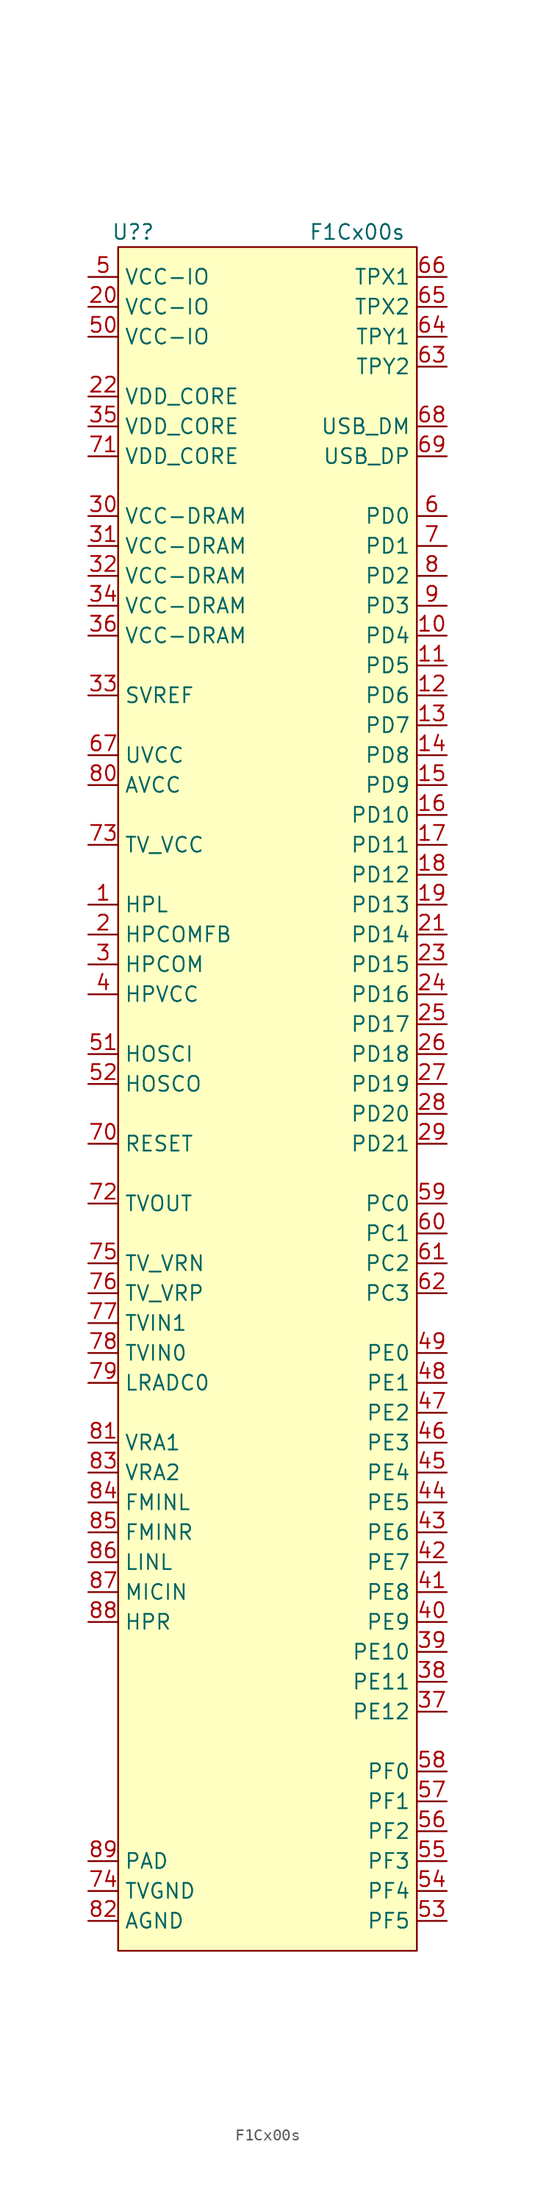
<source format=kicad_sym>
(kicad_symbol_lib
  (version 20231120)
  (generator "kicad_symbol_editor")
  (generator_version "8.0")
  (symbol "F1Cx00s"
    (property "Reference" "U?"
      (at -11.43 80.01 0)
      (effects (font (size 1.27 1.27))))
    (property "Value" "F1Cx00s"
      (at 7.62 80.01 0)
      (effects (font (size 1.27 1.27))))
    (symbol "F1Cx00s_0_0"
      (pin passive line (at -15.24 22.86 0) (length 2.54) (name "HPL" (effects (font (size 1.27 1.27)))) (number "1" (effects (font (size 1.27 1.27)))))
      (pin bidirectional line (at 15.24 45.72 180) (length 2.54) (name "PD4" (effects (font (size 1.27 1.27)))) (number "10" (effects (font (size 1.27 1.27)))))
      (pin bidirectional line (at 15.24 43.18 180) (length 2.54) (name "PD5" (effects (font (size 1.27 1.27)))) (number "11" (effects (font (size 1.27 1.27)))))
      (pin bidirectional line (at 15.24 40.64 180) (length 2.54) (name "PD6" (effects (font (size 1.27 1.27)))) (number "12" (effects (font (size 1.27 1.27)))))
      (pin bidirectional line (at 15.24 38.1 180) (length 2.54) (name "PD7" (effects (font (size 1.27 1.27)))) (number "13" (effects (font (size 1.27 1.27)))))
      (pin bidirectional line (at 15.24 35.56 180) (length 2.54) (name "PD8" (effects (font (size 1.27 1.27)))) (number "14" (effects (font (size 1.27 1.27)))))
      (pin bidirectional line (at 15.24 33.02 180) (length 2.54) (name "PD9" (effects (font (size 1.27 1.27)))) (number "15" (effects (font (size 1.27 1.27)))))
      (pin bidirectional line (at 15.24 30.48 180) (length 2.54) (name "PD10" (effects (font (size 1.27 1.27)))) (number "16" (effects (font (size 1.27 1.27)))))
      (pin bidirectional line (at 15.24 27.94 180) (length 2.54) (name "PD11" (effects (font (size 1.27 1.27)))) (number "17" (effects (font (size 1.27 1.27)))))
      (pin bidirectional line (at 15.24 25.4 180) (length 2.54) (name "PD12" (effects (font (size 1.27 1.27)))) (number "18" (effects (font (size 1.27 1.27)))))
      (pin bidirectional line (at 15.24 22.86 180) (length 2.54) (name "PD13" (effects (font (size 1.27 1.27)))) (number "19" (effects (font (size 1.27 1.27)))))
      (pin passive line (at -15.24 20.32 0) (length 2.54) (name "HPCOMFB" (effects (font (size 1.27 1.27)))) (number "2" (effects (font (size 1.27 1.27)))))
      (pin power_in line (at -15.24 73.66 0) (length 2.54) (name "VCC-IO" (effects (font (size 1.27 1.27)))) (number "20" (effects (font (size 1.27 1.27)))))
      (pin bidirectional line (at 15.24 20.32 180) (length 2.54) (name "PD14" (effects (font (size 1.27 1.27)))) (number "21" (effects (font (size 1.27 1.27)))))
      (pin power_in line (at -15.24 66.04 0) (length 2.54) (name "VDD_CORE" (effects (font (size 1.27 1.27)))) (number "22" (effects (font (size 1.27 1.27)))))
      (pin bidirectional line (at 15.24 17.78 180) (length 2.54) (name "PD15" (effects (font (size 1.27 1.27)))) (number "23" (effects (font (size 1.27 1.27)))))
      (pin bidirectional line (at 15.24 15.24 180) (length 2.54) (name "PD16" (effects (font (size 1.27 1.27)))) (number "24" (effects (font (size 1.27 1.27)))))
      (pin bidirectional line (at 15.24 12.7 180) (length 2.54) (name "PD17" (effects (font (size 1.27 1.27)))) (number "25" (effects (font (size 1.27 1.27)))))
      (pin bidirectional line (at 15.24 10.16 180) (length 2.54) (name "PD18" (effects (font (size 1.27 1.27)))) (number "26" (effects (font (size 1.27 1.27)))))
      (pin bidirectional line (at 15.24 7.62 180) (length 2.54) (name "PD19" (effects (font (size 1.27 1.27)))) (number "27" (effects (font (size 1.27 1.27)))))
      (pin bidirectional line (at 15.24 5.08 180) (length 2.54) (name "PD20" (effects (font (size 1.27 1.27)))) (number "28" (effects (font (size 1.27 1.27)))))
      (pin bidirectional line (at 15.24 2.54 180) (length 2.54) (name "PD21" (effects (font (size 1.27 1.27)))) (number "29" (effects (font (size 1.27 1.27)))))
      (pin passive line (at -15.24 17.78 0) (length 2.54) (name "HPCOM" (effects (font (size 1.27 1.27)))) (number "3" (effects (font (size 1.27 1.27)))))
      (pin power_in line (at -15.24 55.88 0) (length 2.54) (name "VCC-DRAM" (effects (font (size 1.27 1.27)))) (number "30" (effects (font (size 1.27 1.27)))))
      (pin power_in line (at -15.24 53.34 0) (length 2.54) (name "VCC-DRAM" (effects (font (size 1.27 1.27)))) (number "31" (effects (font (size 1.27 1.27)))))
      (pin power_in line (at -15.24 50.8 0) (length 2.54) (name "VCC-DRAM" (effects (font (size 1.27 1.27)))) (number "32" (effects (font (size 1.27 1.27)))))
      (pin power_in line (at -15.24 40.64 0) (length 2.54) (name "SVREF" (effects (font (size 1.27 1.27)))) (number "33" (effects (font (size 1.27 1.27)))))
      (pin power_in line (at -15.24 48.26 0) (length 2.54) (name "VCC-DRAM" (effects (font (size 1.27 1.27)))) (number "34" (effects (font (size 1.27 1.27)))))
      (pin power_in line (at -15.24 63.5 0) (length 2.54) (name "VDD_CORE" (effects (font (size 1.27 1.27)))) (number "35" (effects (font (size 1.27 1.27)))))
      (pin power_in line (at -15.24 45.72 0) (length 2.54) (name "VCC-DRAM" (effects (font (size 1.27 1.27)))) (number "36" (effects (font (size 1.27 1.27)))))
      (pin bidirectional line (at 15.24 -45.72 180) (length 2.54) (name "PE12" (effects (font (size 1.27 1.27)))) (number "37" (effects (font (size 1.27 1.27)))))
      (pin bidirectional line (at 15.24 -43.18 180) (length 2.54) (name "PE11" (effects (font (size 1.27 1.27)))) (number "38" (effects (font (size 1.27 1.27)))))
      (pin bidirectional line (at 15.24 -40.64 180) (length 2.54) (name "PE10" (effects (font (size 1.27 1.27)))) (number "39" (effects (font (size 1.27 1.27)))))
      (pin power_in line (at -15.24 15.24 0) (length 2.54) (name "HPVCC" (effects (font (size 1.27 1.27)))) (number "4" (effects (font (size 1.27 1.27)))))
      (pin bidirectional line (at 15.24 -38.1 180) (length 2.54) (name "PE9" (effects (font (size 1.27 1.27)))) (number "40" (effects (font (size 1.27 1.27)))))
      (pin bidirectional line (at 15.24 -35.56 180) (length 2.54) (name "PE8" (effects (font (size 1.27 1.27)))) (number "41" (effects (font (size 1.27 1.27)))))
      (pin bidirectional line (at 15.24 -33.02 180) (length 2.54) (name "PE7" (effects (font (size 1.27 1.27)))) (number "42" (effects (font (size 1.27 1.27)))))
      (pin bidirectional line (at 15.24 -30.48 180) (length 2.54) (name "PE6" (effects (font (size 1.27 1.27)))) (number "43" (effects (font (size 1.27 1.27)))))
      (pin bidirectional line (at 15.24 -27.94 180) (length 2.54) (name "PE5" (effects (font (size 1.27 1.27)))) (number "44" (effects (font (size 1.27 1.27)))))
      (pin bidirectional line (at 15.24 -25.4 180) (length 2.54) (name "PE4" (effects (font (size 1.27 1.27)))) (number "45" (effects (font (size 1.27 1.27)))))
      (pin bidirectional line (at 15.24 -22.86 180) (length 2.54) (name "PE3" (effects (font (size 1.27 1.27)))) (number "46" (effects (font (size 1.27 1.27)))))
      (pin bidirectional line (at 15.24 -20.32 180) (length 2.54) (name "PE2" (effects (font (size 1.27 1.27)))) (number "47" (effects (font (size 1.27 1.27)))))
      (pin bidirectional line (at 15.24 -17.78 180) (length 2.54) (name "PE1" (effects (font (size 1.27 1.27)))) (number "48" (effects (font (size 1.27 1.27)))))
      (pin bidirectional line (at 15.24 -15.24 180) (length 2.54) (name "PE0" (effects (font (size 1.27 1.27)))) (number "49" (effects (font (size 1.27 1.27)))))
      (pin power_in line (at -15.24 76.2 0) (length 2.54) (name "VCC-IO" (effects (font (size 1.27 1.27)))) (number "5" (effects (font (size 1.27 1.27)))))
      (pin power_in line (at -15.24 71.12 0) (length 2.54) (name "VCC-IO" (effects (font (size 1.27 1.27)))) (number "50" (effects (font (size 1.27 1.27)))))
      (pin passive line (at -15.24 10.16 0) (length 2.54) (name "HOSCI" (effects (font (size 1.27 1.27)))) (number "51" (effects (font (size 1.27 1.27)))))
      (pin passive line (at -15.24 7.62 0) (length 2.54) (name "HOSCO" (effects (font (size 1.27 1.27)))) (number "52" (effects (font (size 1.27 1.27)))))
      (pin bidirectional line (at 15.24 -63.5 180) (length 2.54) (name "PF5" (effects (font (size 1.27 1.27)))) (number "53" (effects (font (size 1.27 1.27)))))
      (pin bidirectional line (at 15.24 -60.96 180) (length 2.54) (name "PF4" (effects (font (size 1.27 1.27)))) (number "54" (effects (font (size 1.27 1.27)))))
      (pin bidirectional line (at 15.24 -58.42 180) (length 2.54) (name "PF3" (effects (font (size 1.27 1.27)))) (number "55" (effects (font (size 1.27 1.27)))))
      (pin bidirectional line (at 15.24 -55.88 180) (length 2.54) (name "PF2" (effects (font (size 1.27 1.27)))) (number "56" (effects (font (size 1.27 1.27)))))
      (pin bidirectional line (at 15.24 -53.34 180) (length 2.54) (name "PF1" (effects (font (size 1.27 1.27)))) (number "57" (effects (font (size 1.27 1.27)))))
      (pin bidirectional line (at 15.24 -50.8 180) (length 2.54) (name "PF0" (effects (font (size 1.27 1.27)))) (number "58" (effects (font (size 1.27 1.27)))))
      (pin bidirectional line (at 15.24 -2.54 180) (length 2.54) (name "PC0" (effects (font (size 1.27 1.27)))) (number "59" (effects (font (size 1.27 1.27)))))
      (pin bidirectional line (at 15.24 55.88 180) (length 2.54) (name "PD0" (effects (font (size 1.27 1.27)))) (number "6" (effects (font (size 1.27 1.27)))))
      (pin bidirectional line (at 15.24 -5.08 180) (length 2.54) (name "PC1" (effects (font (size 1.27 1.27)))) (number "60" (effects (font (size 1.27 1.27)))))
      (pin bidirectional line (at 15.24 -7.62 180) (length 2.54) (name "PC2" (effects (font (size 1.27 1.27)))) (number "61" (effects (font (size 1.27 1.27)))))
      (pin bidirectional line (at 15.24 -10.16 180) (length 2.54) (name "PC3" (effects (font (size 1.27 1.27)))) (number "62" (effects (font (size 1.27 1.27)))))
      (pin passive line (at 15.24 68.58 180) (length 2.54) (name "TPY2" (effects (font (size 1.27 1.27)))) (number "63" (effects (font (size 1.27 1.27)))))
      (pin passive line (at 15.24 71.12 180) (length 2.54) (name "TPY1" (effects (font (size 1.27 1.27)))) (number "64" (effects (font (size 1.27 1.27)))))
      (pin passive line (at 15.24 73.66 180) (length 2.54) (name "TPX2" (effects (font (size 1.27 1.27)))) (number "65" (effects (font (size 1.27 1.27)))))
      (pin passive line (at 15.24 76.2 180) (length 2.54) (name "TPX1" (effects (font (size 1.27 1.27)))) (number "66" (effects (font (size 1.27 1.27)))))
      (pin power_in line (at -15.24 35.56 0) (length 2.54) (name "UVCC" (effects (font (size 1.27 1.27)))) (number "67" (effects (font (size 1.27 1.27)))))
      (pin tri_state line (at 15.24 63.5 180) (length 2.54) (name "USB_DM" (effects (font (size 1.27 1.27)))) (number "68" (effects (font (size 1.27 1.27)))))
      (pin tri_state line (at 15.24 60.96 180) (length 2.54) (name "USB_DP" (effects (font (size 1.27 1.27)))) (number "69" (effects (font (size 1.27 1.27)))))
      (pin bidirectional line (at 15.24 53.34 180) (length 2.54) (name "PD1" (effects (font (size 1.27 1.27)))) (number "7" (effects (font (size 1.27 1.27)))))
      (pin input line (at -15.24 2.54 0) (length 2.54) (name "RESET" (effects (font (size 1.27 1.27)))) (number "70" (effects (font (size 1.27 1.27)))))
      (pin power_in line (at -15.24 60.96 0) (length 2.54) (name "VDD_CORE" (effects (font (size 1.27 1.27)))) (number "71" (effects (font (size 1.27 1.27)))))
      (pin passive line (at -15.24 -2.54 0) (length 2.54) (name "TVOUT" (effects (font (size 1.27 1.27)))) (number "72" (effects (font (size 1.27 1.27)))))
      (pin power_in line (at -15.24 27.94 0) (length 2.54) (name "TV_VCC" (effects (font (size 1.27 1.27)))) (number "73" (effects (font (size 1.27 1.27)))))
      (pin power_in line (at -15.24 -60.96 0) (length 2.54) (name "TVGND" (effects (font (size 1.27 1.27)))) (number "74" (effects (font (size 1.27 1.27)))))
      (pin passive line (at -15.24 -7.62 0) (length 2.54) (name "TV_VRN" (effects (font (size 1.27 1.27)))) (number "75" (effects (font (size 1.27 1.27)))))
      (pin passive line (at -15.24 -10.16 0) (length 2.54) (name "TV_VRP" (effects (font (size 1.27 1.27)))) (number "76" (effects (font (size 1.27 1.27)))))
      (pin passive line (at -15.24 -12.7 0) (length 2.54) (name "TVIN1" (effects (font (size 1.27 1.27)))) (number "77" (effects (font (size 1.27 1.27)))))
      (pin passive line (at -15.24 -15.24 0) (length 2.54) (name "TVIN0" (effects (font (size 1.27 1.27)))) (number "78" (effects (font (size 1.27 1.27)))))
      (pin passive line (at -15.24 -17.78 0) (length 2.54) (name "LRADC0" (effects (font (size 1.27 1.27)))) (number "79" (effects (font (size 1.27 1.27)))))
      (pin bidirectional line (at 15.24 50.8 180) (length 2.54) (name "PD2" (effects (font (size 1.27 1.27)))) (number "8" (effects (font (size 1.27 1.27)))))
      (pin power_in line (at -15.24 33.02 0) (length 2.54) (name "AVCC" (effects (font (size 1.27 1.27)))) (number "80" (effects (font (size 1.27 1.27)))))
      (pin passive line (at -15.24 -22.86 0) (length 2.54) (name "VRA1" (effects (font (size 1.27 1.27)))) (number "81" (effects (font (size 1.27 1.27)))))
      (pin power_in line (at -15.24 -63.5 0) (length 2.54) (name "AGND" (effects (font (size 1.27 1.27)))) (number "82" (effects (font (size 1.27 1.27)))))
      (pin passive line (at -15.24 -25.4 0) (length 2.54) (name "VRA2" (effects (font (size 1.27 1.27)))) (number "83" (effects (font (size 1.27 1.27)))))
      (pin passive line (at -15.24 -27.94 0) (length 2.54) (name "FMINL" (effects (font (size 1.27 1.27)))) (number "84" (effects (font (size 1.27 1.27)))))
      (pin passive line (at -15.24 -30.48 0) (length 2.54) (name "FMINR" (effects (font (size 1.27 1.27)))) (number "85" (effects (font (size 1.27 1.27)))))
      (pin passive line (at -15.24 -33.02 0) (length 2.54) (name "LINL" (effects (font (size 1.27 1.27)))) (number "86" (effects (font (size 1.27 1.27)))))
      (pin passive line (at -15.24 -35.56 0) (length 2.54) (name "MICIN" (effects (font (size 1.27 1.27)))) (number "87" (effects (font (size 1.27 1.27)))))
      (pin power_in line (at -15.24 -38.1 0) (length 2.54) (name "HPR" (effects (font (size 1.27 1.27)))) (number "88" (effects (font (size 1.27 1.27)))))
      (pin bidirectional line (at 15.24 48.26 180) (length 2.54) (name "PD3" (effects (font (size 1.27 1.27)))) (number "9" (effects (font (size 1.27 1.27))))))
    (symbol "F1Cx00s_1_0"
      (pin power_in line (at -15.24 -58.42 0) (length 2.54) (name "PAD" (effects (font (size 1.27 1.27)))) (number "89" (effects (font (size 1.27 1.27))))))
    (symbol "F1Cx00s_1_1"
      (rectangle (start -12.7 78.74) (end 12.7 -66.04) (stroke (width 0) (type default)) (fill (type background))))))
</source>
